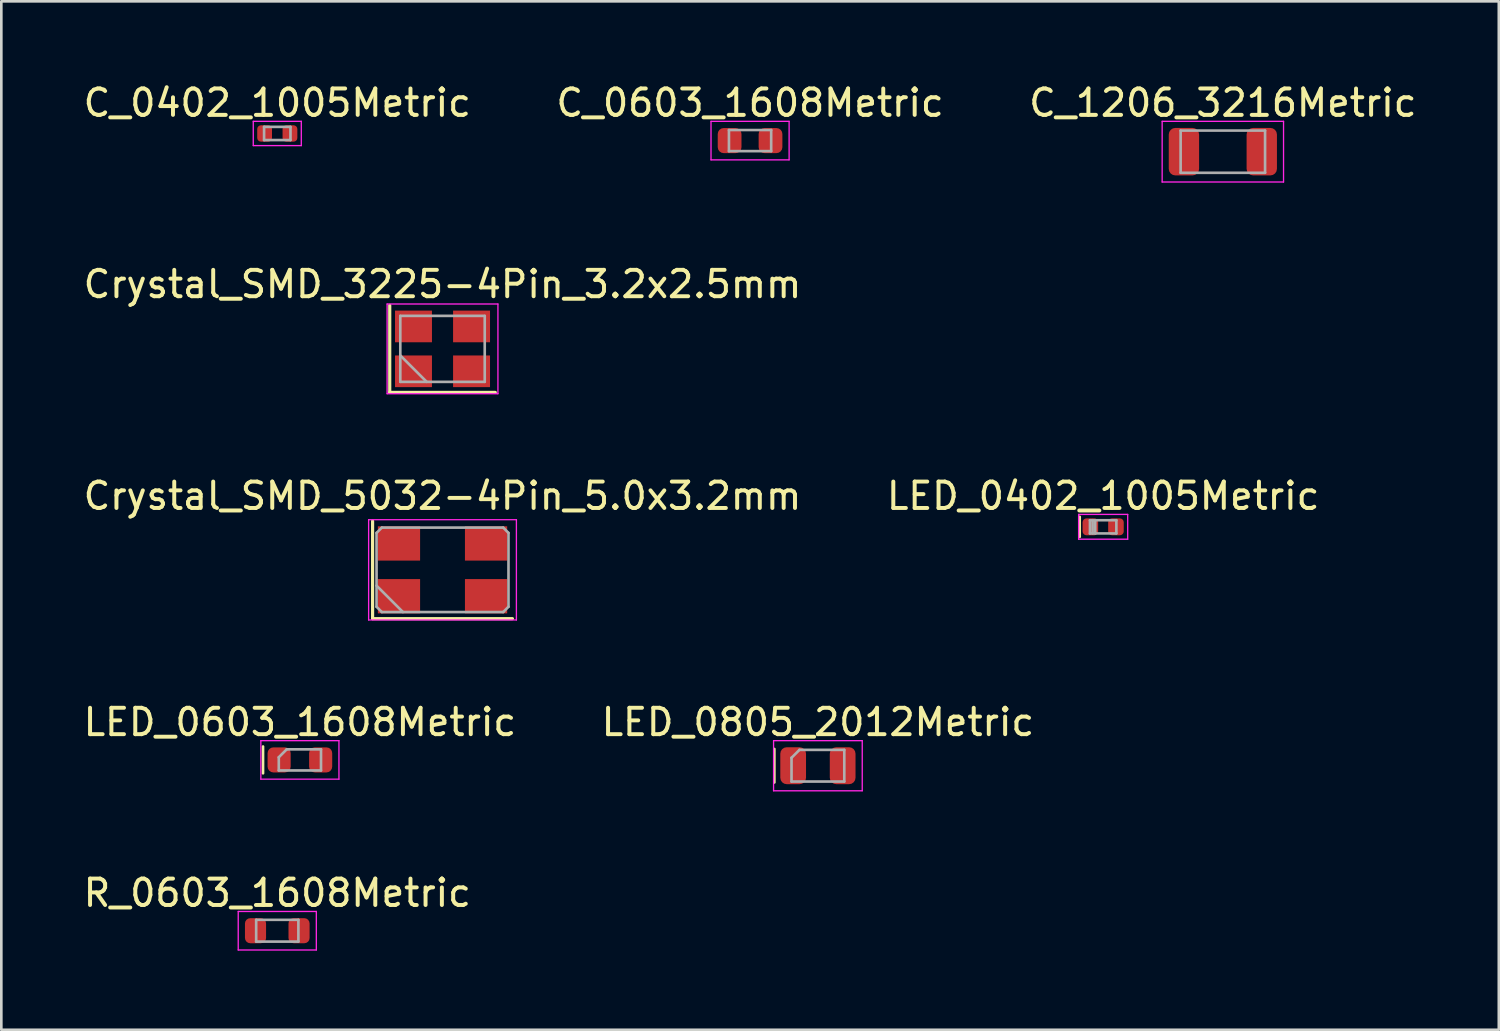
<source format=kicad_pcb>
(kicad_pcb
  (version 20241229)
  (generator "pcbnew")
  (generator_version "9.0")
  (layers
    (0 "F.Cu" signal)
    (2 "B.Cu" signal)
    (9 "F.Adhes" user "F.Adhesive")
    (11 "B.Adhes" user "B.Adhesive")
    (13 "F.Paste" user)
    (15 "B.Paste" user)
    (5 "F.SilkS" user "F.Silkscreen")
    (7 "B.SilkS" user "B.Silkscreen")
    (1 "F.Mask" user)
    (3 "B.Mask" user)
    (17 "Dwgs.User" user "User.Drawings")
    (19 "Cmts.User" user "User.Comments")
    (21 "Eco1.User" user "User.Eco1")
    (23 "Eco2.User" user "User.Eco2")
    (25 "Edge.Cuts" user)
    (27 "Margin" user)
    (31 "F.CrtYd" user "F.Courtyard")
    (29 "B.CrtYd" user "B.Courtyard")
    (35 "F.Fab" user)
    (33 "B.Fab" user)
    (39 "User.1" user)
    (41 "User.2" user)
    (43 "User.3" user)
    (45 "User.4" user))
  (footprint "C_0402_1005Metric"
    (layer "F.Cu")
    (at 7.458 2.008)
    (property "Reference" "C_0402_1005Metric" (at 0 -1.16 0) (layer "F.SilkS") (effects (font (size 1 1) (thickness 0.15))))
    (attr smd)
    (fp_line (start -0.91 -0.46) (end 0.91 -0.46) (stroke (width 0.05) (type solid)) (layer "F.CrtYd"))
    (fp_line (start -0.91 0.46) (end -0.91 -0.46) (stroke (width 0.05) (type solid)) (layer "F.CrtYd"))
    (fp_line (start 0.91 -0.46) (end 0.91 0.46) (stroke (width 0.05) (type solid)) (layer "F.CrtYd"))
    (fp_line (start 0.91 0.46) (end -0.91 0.46) (stroke (width 0.05) (type solid)) (layer "F.CrtYd"))
    (fp_line (start -0.5 -0.25) (end 0.5 -0.25) (stroke (width 0.1) (type solid)) (layer "F.Fab"))
    (fp_line (start -0.5 0.25) (end -0.5 -0.25) (stroke (width 0.1) (type solid)) (layer "F.Fab"))
    (fp_line (start 0.5 -0.25) (end 0.5 0.25) (stroke (width 0.1) (type solid)) (layer "F.Fab"))
    (fp_line (start 0.5 0.25) (end -0.5 0.25) (stroke (width 0.1) (type solid)) (layer "F.Fab"))
    (pad "1" smd roundrect (at -0.48 0) (size 0.56 0.62) (layers "F.Cu" "F.Mask" "F.Paste") (roundrect_rratio 0.25))
    (pad "2" smd roundrect (at 0.48 0) (size 0.56 0.62) (layers "F.Cu" "F.Mask" "F.Paste") (roundrect_rratio 0.25)))
  (footprint "Crystal_SMD_3225-4Pin_3.2x2.5mm"
    (layer "F.Cu")
    (at 13.72 10.171)
    (property "Reference" "Crystal_SMD_3225-4Pin_3.2x2.5mm" (at 0 -2.45 0) (layer "F.SilkS") (effects (font (size 1 1) (thickness 0.15))))
    (attr smd)
    (fp_line (start -2 -1.65) (end -2 1.65) (stroke (width 0.12) (type solid)) (layer "F.SilkS"))
    (fp_line (start -2 1.65) (end 2 1.65) (stroke (width 0.12) (type solid)) (layer "F.SilkS"))
    (fp_line (start -2.1 -1.7) (end -2.1 1.7) (stroke (width 0.05) (type solid)) (layer "F.CrtYd"))
    (fp_line (start -2.1 1.7) (end 2.1 1.7) (stroke (width 0.05) (type solid)) (layer "F.CrtYd"))
    (fp_line (start 2.1 -1.7) (end -2.1 -1.7) (stroke (width 0.05) (type solid)) (layer "F.CrtYd"))
    (fp_line (start 2.1 1.7) (end 2.1 -1.7) (stroke (width 0.05) (type solid)) (layer "F.CrtYd"))
    (fp_line (start -1.6 -1.25) (end -1.6 1.25) (stroke (width 0.1) (type solid)) (layer "F.Fab"))
    (fp_line (start -1.6 0.25) (end -0.6 1.25) (stroke (width 0.1) (type solid)) (layer "F.Fab"))
    (fp_line (start -1.6 1.25) (end 1.6 1.25) (stroke (width 0.1) (type solid)) (layer "F.Fab"))
    (fp_line (start 1.6 -1.25) (end -1.6 -1.25) (stroke (width 0.1) (type solid)) (layer "F.Fab"))
    (fp_line (start 1.6 1.25) (end 1.6 -1.25) (stroke (width 0.1) (type solid)) (layer "F.Fab"))
    (pad "1" smd rect (at -1.1 0.85) (size 1.4 1.2) (layers "F.Cu" "F.Mask" "F.Paste"))
    (pad "2" smd rect (at 1.1 0.85) (size 1.4 1.2) (layers "F.Cu" "F.Mask" "F.Paste"))
    (pad "3" smd rect (at 1.1 -0.85) (size 1.4 1.2) (layers "F.Cu" "F.Mask" "F.Paste"))
    (pad "4" smd rect (at -1.1 -0.85) (size 1.4 1.2) (layers "F.Cu" "F.Mask" "F.Paste")))
  (footprint "LED_0402_1005Metric"
    (layer "F.Cu")
    (at 38.756 16.915)
    (property "Reference" "LED_0402_1005Metric" (at 0 -1.17 0) (layer "F.SilkS") (effects (font (size 1 1) (thickness 0.15))))
    (attr smd)
    (fp_line (start -0.889 -0.381) (end -0.889 0.381) (stroke (width 0.1) (type default)) (layer "F.SilkS"))
    (fp_line (start -0.93 -0.47) (end 0.93 -0.47) (stroke (width 0.05) (type solid)) (layer "F.CrtYd"))
    (fp_line (start -0.93 0.47) (end -0.93 -0.47) (stroke (width 0.05) (type solid)) (layer "F.CrtYd"))
    (fp_line (start 0.93 -0.47) (end 0.93 0.47) (stroke (width 0.05) (type solid)) (layer "F.CrtYd"))
    (fp_line (start 0.93 0.47) (end -0.93 0.47) (stroke (width 0.05) (type solid)) (layer "F.CrtYd"))
    (fp_line (start -0.5 -0.25) (end 0.5 -0.25) (stroke (width 0.1) (type solid)) (layer "F.Fab"))
    (fp_line (start -0.5 0.25) (end -0.5 -0.25) (stroke (width 0.1) (type solid)) (layer "F.Fab"))
    (fp_line (start -0.4 0.25) (end -0.4 -0.25) (stroke (width 0.1) (type solid)) (layer "F.Fab"))
    (fp_line (start -0.3 0.25) (end -0.3 -0.25) (stroke (width 0.1) (type solid)) (layer "F.Fab"))
    (fp_line (start 0.5 -0.25) (end 0.5 0.25) (stroke (width 0.1) (type solid)) (layer "F.Fab"))
    (fp_line (start 0.5 0.25) (end -0.5 0.25) (stroke (width 0.1) (type solid)) (layer "F.Fab"))
    (pad "1" smd roundrect (at -0.485 0) (size 0.59 0.64) (layers "F.Cu" "F.Mask" "F.Paste") (roundrect_rratio 0.25))
    (pad "2" smd roundrect (at 0.485 0) (size 0.59 0.64) (layers "F.Cu" "F.Mask" "F.Paste") (roundrect_rratio 0.25)))
  (footprint "LED_0603_1608Metric"
    (layer "F.Cu")
    (at 8.315 25.748)
    (property "Reference" "LED_0603_1608Metric" (at 0 -1.43 0) (layer "F.SilkS") (effects (font (size 1 1) (thickness 0.15))))
    (attr smd)
    (fp_line (start -1.397 -0.508) (end -1.397 0.508) (stroke (width 0.1) (type default)) (layer "F.SilkS"))
    (fp_line (start -1.48 -0.73) (end 1.48 -0.73) (stroke (width 0.05) (type solid)) (layer "F.CrtYd"))
    (fp_line (start -1.48 0.73) (end -1.48 -0.73) (stroke (width 0.05) (type solid)) (layer "F.CrtYd"))
    (fp_line (start 1.48 -0.73) (end 1.48 0.73) (stroke (width 0.05) (type solid)) (layer "F.CrtYd"))
    (fp_line (start 1.48 0.73) (end -1.48 0.73) (stroke (width 0.05) (type solid)) (layer "F.CrtYd"))
    (fp_line (start -0.8 -0.1) (end -0.8 0.4) (stroke (width 0.1) (type solid)) (layer "F.Fab"))
    (fp_line (start -0.8 0.4) (end 0.8 0.4) (stroke (width 0.1) (type solid)) (layer "F.Fab"))
    (fp_line (start -0.5 -0.4) (end -0.8 -0.1) (stroke (width 0.1) (type solid)) (layer "F.Fab"))
    (fp_line (start 0.8 -0.4) (end -0.5 -0.4) (stroke (width 0.1) (type solid)) (layer "F.Fab"))
    (fp_line (start 0.8 0.4) (end 0.8 -0.4) (stroke (width 0.1) (type solid)) (layer "F.Fab"))
    (pad "1" smd roundrect (at -0.787 0) (size 0.875 0.95) (layers "F.Cu" "F.Mask" "F.Paste") (roundrect_rratio 0.25))
    (pad "2" smd roundrect (at 0.787 0) (size 0.875 0.95) (layers "F.Cu" "F.Mask" "F.Paste") (roundrect_rratio 0.25)))
  (footprint "C_1206_3216Metric"
    (layer "F.Cu")
    (at 43.292 2.698)
    (property "Reference" "C_1206_3216Metric" (at 0 -1.85 0) (layer "F.SilkS") (effects (font (size 1 1) (thickness 0.15))))
    (attr smd)
    (fp_line (start -2.3 -1.15) (end 2.3 -1.15) (stroke (width 0.05) (type solid)) (layer "F.CrtYd"))
    (fp_line (start -2.3 1.15) (end -2.3 -1.15) (stroke (width 0.05) (type solid)) (layer "F.CrtYd"))
    (fp_line (start 2.3 -1.15) (end 2.3 1.15) (stroke (width 0.05) (type solid)) (layer "F.CrtYd"))
    (fp_line (start 2.3 1.15) (end -2.3 1.15) (stroke (width 0.05) (type solid)) (layer "F.CrtYd"))
    (fp_line (start -1.6 -0.8) (end 1.6 -0.8) (stroke (width 0.1) (type solid)) (layer "F.Fab"))
    (fp_line (start -1.6 0.8) (end -1.6 -0.8) (stroke (width 0.1) (type solid)) (layer "F.Fab"))
    (fp_line (start 1.6 -0.8) (end 1.6 0.8) (stroke (width 0.1) (type solid)) (layer "F.Fab"))
    (fp_line (start 1.6 0.8) (end -1.6 0.8) (stroke (width 0.1) (type solid)) (layer "F.Fab"))
    (pad "1" smd roundrect (at -1.475 0) (size 1.15 1.8) (layers "F.Cu" "F.Mask" "F.Paste") (roundrect_rratio 0.217))
    (pad "2" smd roundrect (at 1.475 0) (size 1.15 1.8) (layers "F.Cu" "F.Mask" "F.Paste") (roundrect_rratio 0.217)))
  (footprint "LED_0805_2012Metric"
    (layer "F.Cu")
    (at 27.946 25.968)
    (property "Reference" "LED_0805_2012Metric" (at 0 -1.65 0) (layer "F.SilkS") (effects (font (size 1 1) (thickness 0.15))))
    (attr smd)
    (fp_line (start -1.651 -0.635) (end -1.651 0.635) (stroke (width 0.1) (type default)) (layer "F.SilkS"))
    (fp_line (start -1.68 -0.95) (end 1.68 -0.95) (stroke (width 0.05) (type solid)) (layer "F.CrtYd"))
    (fp_line (start -1.68 0.95) (end -1.68 -0.95) (stroke (width 0.05) (type solid)) (layer "F.CrtYd"))
    (fp_line (start 1.68 -0.95) (end 1.68 0.95) (stroke (width 0.05) (type solid)) (layer "F.CrtYd"))
    (fp_line (start 1.68 0.95) (end -1.68 0.95) (stroke (width 0.05) (type solid)) (layer "F.CrtYd"))
    (fp_line (start -1 -0.3) (end -1 0.6) (stroke (width 0.1) (type solid)) (layer "F.Fab"))
    (fp_line (start -1 0.6) (end 1 0.6) (stroke (width 0.1) (type solid)) (layer "F.Fab"))
    (fp_line (start -0.7 -0.6) (end -1 -0.3) (stroke (width 0.1) (type solid)) (layer "F.Fab"))
    (fp_line (start 1 -0.6) (end -0.7 -0.6) (stroke (width 0.1) (type solid)) (layer "F.Fab"))
    (fp_line (start 1 0.6) (end 1 -0.6) (stroke (width 0.1) (type solid)) (layer "F.Fab"))
    (pad "1" smd roundrect (at -0.938 0) (size 0.975 1.4) (layers "F.Cu" "F.Mask" "F.Paste") (roundrect_rratio 0.25))
    (pad "2" smd roundrect (at 0.938 0) (size 0.975 1.4) (layers "F.Cu" "F.Mask" "F.Paste") (roundrect_rratio 0.25)))
  (footprint "C_0603_1608Metric"
    (layer "F.Cu")
    (at 25.375 2.278)
    (property "Reference" "C_0603_1608Metric" (at 0 -1.43 0) (layer "F.SilkS") (effects (font (size 1 1) (thickness 0.15))))
    (attr smd)
    (fp_line (start -1.48 -0.73) (end 1.48 -0.73) (stroke (width 0.05) (type solid)) (layer "F.CrtYd"))
    (fp_line (start -1.48 0.73) (end -1.48 -0.73) (stroke (width 0.05) (type solid)) (layer "F.CrtYd"))
    (fp_line (start 1.48 -0.73) (end 1.48 0.73) (stroke (width 0.05) (type solid)) (layer "F.CrtYd"))
    (fp_line (start 1.48 0.73) (end -1.48 0.73) (stroke (width 0.05) (type solid)) (layer "F.CrtYd"))
    (fp_line (start -0.8 -0.4) (end 0.8 -0.4) (stroke (width 0.1) (type solid)) (layer "F.Fab"))
    (fp_line (start -0.8 0.4) (end -0.8 -0.4) (stroke (width 0.1) (type solid)) (layer "F.Fab"))
    (fp_line (start 0.8 -0.4) (end 0.8 0.4) (stroke (width 0.1) (type solid)) (layer "F.Fab"))
    (fp_line (start 0.8 0.4) (end -0.8 0.4) (stroke (width 0.1) (type solid)) (layer "F.Fab"))
    (pad "1" smd roundrect (at -0.775 0) (size 0.9 0.95) (layers "F.Cu" "F.Mask" "F.Paste") (roundrect_rratio 0.25))
    (pad "2" smd roundrect (at 0.775 0) (size 0.9 0.95) (layers "F.Cu" "F.Mask" "F.Paste") (roundrect_rratio 0.25)))
  (footprint "R_0603_1608Metric"
    (layer "F.Cu")
    (at 7.458 32.221)
    (property "Reference" "R_0603_1608Metric" (at 0 -1.43 0) (layer "F.SilkS") (effects (font (size 1 1) (thickness 0.15))))
    (attr smd)
    (fp_line (start -1.48 -0.73) (end 1.48 -0.73) (stroke (width 0.05) (type solid)) (layer "F.CrtYd"))
    (fp_line (start -1.48 0.73) (end -1.48 -0.73) (stroke (width 0.05) (type solid)) (layer "F.CrtYd"))
    (fp_line (start 1.48 -0.73) (end 1.48 0.73) (stroke (width 0.05) (type solid)) (layer "F.CrtYd"))
    (fp_line (start 1.48 0.73) (end -1.48 0.73) (stroke (width 0.05) (type solid)) (layer "F.CrtYd"))
    (fp_line (start -0.8 -0.412) (end 0.8 -0.412) (stroke (width 0.1) (type solid)) (layer "F.Fab"))
    (fp_line (start -0.8 0.412) (end -0.8 -0.412) (stroke (width 0.1) (type solid)) (layer "F.Fab"))
    (fp_line (start 0.8 -0.412) (end 0.8 0.412) (stroke (width 0.1) (type solid)) (layer "F.Fab"))
    (fp_line (start 0.8 0.412) (end -0.8 0.412) (stroke (width 0.1) (type solid)) (layer "F.Fab"))
    (pad "1" smd roundrect (at -0.825 0) (size 0.8 0.95) (layers "F.Cu" "F.Mask" "F.Paste") (roundrect_rratio 0.25))
    (pad "2" smd roundrect (at 0.825 0) (size 0.8 0.95) (layers "F.Cu" "F.Mask" "F.Paste") (roundrect_rratio 0.25)))
  (footprint "Crystal_SMD_5032-4Pin_5.0x3.2mm"
    (layer "F.Cu")
    (at 13.72 18.545)
    (property "Reference" "Crystal_SMD_5032-4Pin_5.0x3.2mm" (at 0 -2.8 0) (layer "F.SilkS") (effects (font (size 1 1) (thickness 0.15))))
    (attr smd)
    (fp_line (start -2.65 -1.85) (end -2.65 1.85) (stroke (width 0.12) (type solid)) (layer "F.SilkS"))
    (fp_line (start -2.65 1.85) (end 2.65 1.85) (stroke (width 0.12) (type solid)) (layer "F.SilkS"))
    (fp_line (start -2.8 -1.9) (end -2.8 1.9) (stroke (width 0.05) (type solid)) (layer "F.CrtYd"))
    (fp_line (start -2.8 1.9) (end 2.8 1.9) (stroke (width 0.05) (type solid)) (layer "F.CrtYd"))
    (fp_line (start 2.8 -1.9) (end -2.8 -1.9) (stroke (width 0.05) (type solid)) (layer "F.CrtYd"))
    (fp_line (start 2.8 1.9) (end 2.8 -1.9) (stroke (width 0.05) (type solid)) (layer "F.CrtYd"))
    (fp_line (start -2.5 -1.4) (end -2.3 -1.6) (stroke (width 0.1) (type solid)) (layer "F.Fab"))
    (fp_line (start -2.5 0.6) (end -1.5 1.6) (stroke (width 0.1) (type solid)) (layer "F.Fab"))
    (fp_line (start -2.5 1.4) (end -2.5 -1.4) (stroke (width 0.1) (type solid)) (layer "F.Fab"))
    (fp_line (start -2.3 -1.6) (end 2.3 -1.6) (stroke (width 0.1) (type solid)) (layer "F.Fab"))
    (fp_line (start -2.3 1.6) (end -2.5 1.4) (stroke (width 0.1) (type solid)) (layer "F.Fab"))
    (fp_line (start 2.3 -1.6) (end 2.5 -1.4) (stroke (width 0.1) (type solid)) (layer "F.Fab"))
    (fp_line (start 2.3 1.6) (end -2.3 1.6) (stroke (width 0.1) (type solid)) (layer "F.Fab"))
    (fp_line (start 2.5 -1.4) (end 2.5 1.4) (stroke (width 0.1) (type solid)) (layer "F.Fab"))
    (fp_line (start 2.5 1.4) (end 2.3 1.6) (stroke (width 0.1) (type solid)) (layer "F.Fab"))
    (pad "1" smd rect (at -1.65 1) (size 1.6 1.3) (layers "F.Cu" "F.Mask" "F.Paste"))
    (pad "2" smd rect (at 1.65 1) (size 1.6 1.3) (layers "F.Cu" "F.Mask" "F.Paste"))
    (pad "3" smd rect (at 1.65 -1) (size 1.6 1.3) (layers "F.Cu" "F.Mask" "F.Paste"))
    (pad "4" smd rect (at -1.65 -1) (size 1.6 1.3) (layers "F.Cu" "F.Mask" "F.Paste")))
  (gr_rect
    (start -3 -3)
    (end 53.75 35.976)
    (stroke (width 0.1) (type default))
    (fill no)
    (layer "Edge.Cuts")))
</source>
